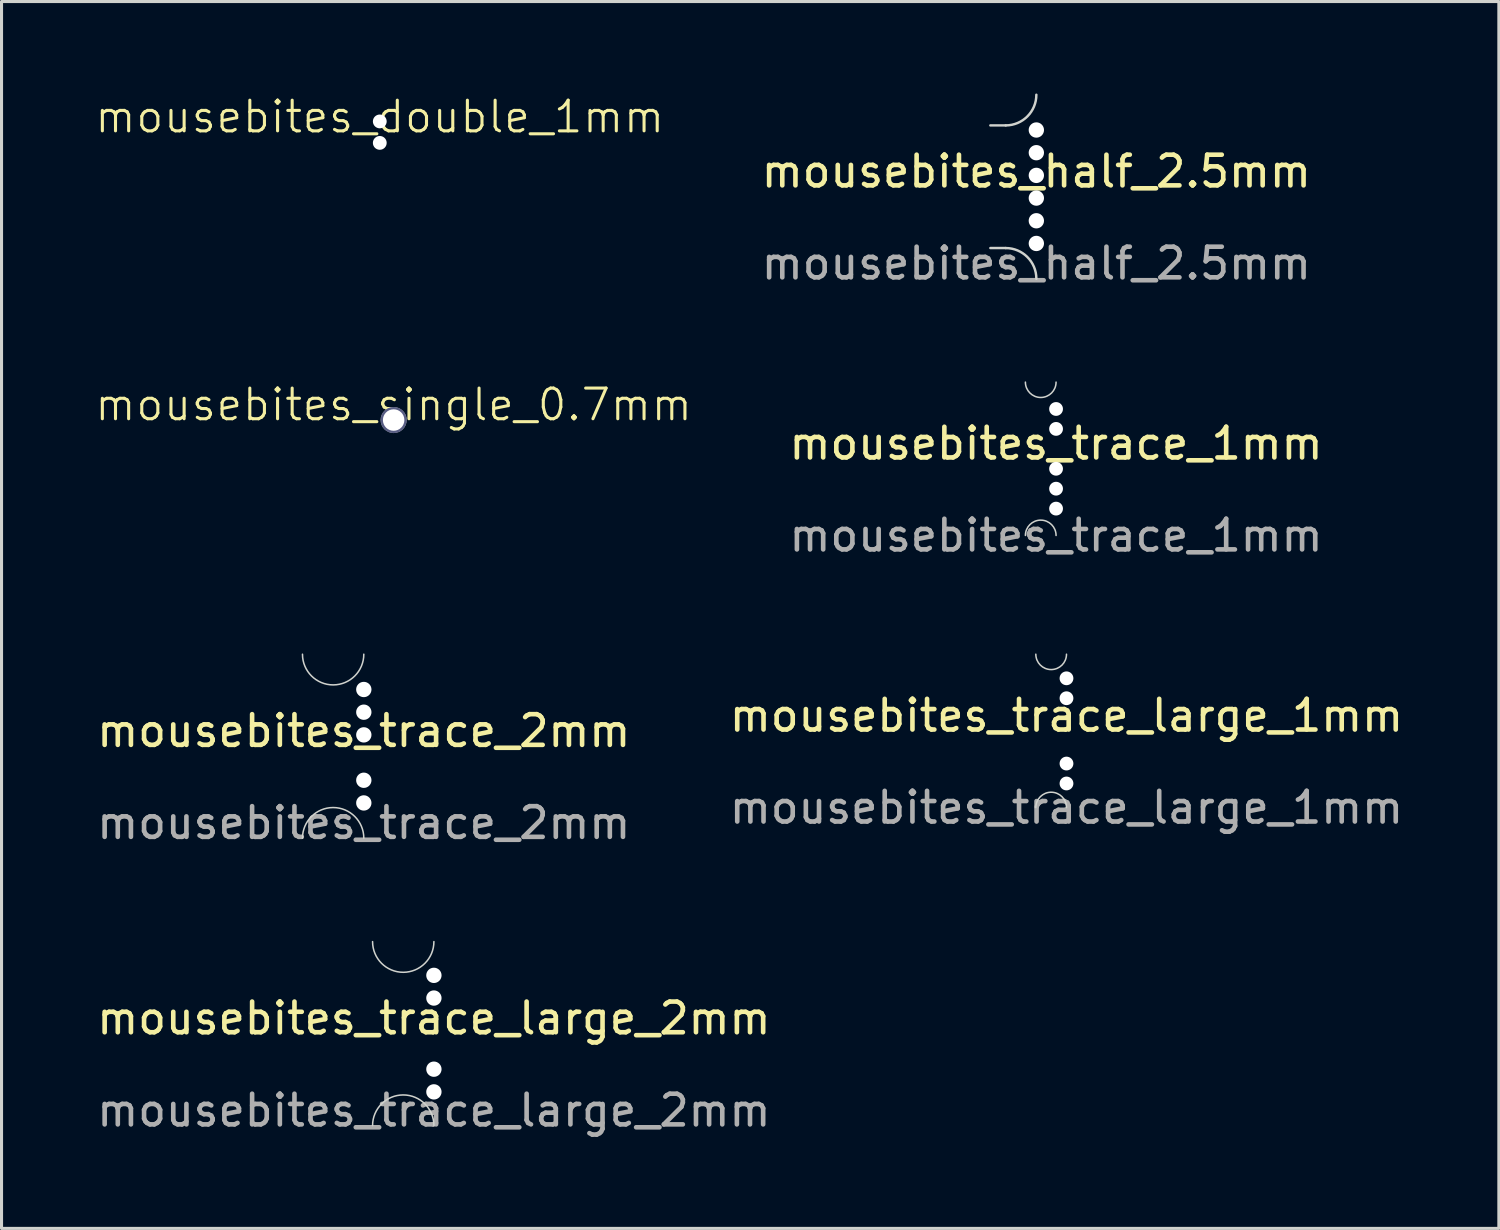
<source format=kicad_pcb>
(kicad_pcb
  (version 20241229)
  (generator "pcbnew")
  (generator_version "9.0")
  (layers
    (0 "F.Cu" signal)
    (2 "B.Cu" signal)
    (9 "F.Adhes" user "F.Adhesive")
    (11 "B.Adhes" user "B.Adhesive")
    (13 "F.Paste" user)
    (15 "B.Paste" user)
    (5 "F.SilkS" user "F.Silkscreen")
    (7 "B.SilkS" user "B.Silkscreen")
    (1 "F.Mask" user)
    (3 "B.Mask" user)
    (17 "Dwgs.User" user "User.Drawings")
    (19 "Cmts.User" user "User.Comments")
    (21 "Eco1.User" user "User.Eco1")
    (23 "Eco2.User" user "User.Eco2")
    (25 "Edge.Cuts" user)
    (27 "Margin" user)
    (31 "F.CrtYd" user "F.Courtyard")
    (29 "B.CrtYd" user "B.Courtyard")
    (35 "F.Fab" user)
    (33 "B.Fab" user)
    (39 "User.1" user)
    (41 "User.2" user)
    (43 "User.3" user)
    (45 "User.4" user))
  (footprint "mousebites_trace_1mm"
    (layer "F.Cu")
    (at 31.392 11.913)
    (property "Reference" "mousebites_trace_1mm" (at 0 -0.5 0) (unlocked yes) (layer "F.SilkS") (effects (font (size 1 1) (thickness 0.15))))
    (attr through_hole)
    (fp_arc (start -1 2.5) (mid -0.5 2) (end 0 2.5) (stroke (width 0.05) (type solid)) (layer "Edge.Cuts"))
    (fp_arc (start 0 -2.5) (mid -0.5 -2) (end -1 -2.5) (stroke (width 0.05) (type solid)) (layer "Edge.Cuts"))
    (fp_text user "${REFERENCE}" (at 0 2.5 0) (unlocked yes) (layer "F.Fab") (effects (font (size 1 1) (thickness 0.15))))
    (pad "" np_thru_hole circle (at 0 -1.625) (size 0.45 0.45) (drill 0.45) (layers "*.Cu" "*.Mask"))
    (pad "" np_thru_hole circle (at 0 -0.975) (size 0.45 0.45) (drill 0.45) (layers "*.Cu" "*.Mask"))
    (pad "" np_thru_hole circle (at 0 0.325) (size 0.45 0.45) (drill 0.45) (layers "*.Cu" "*.Mask"))
    (pad "" np_thru_hole circle (at 0 0.975) (size 0.45 0.45) (drill 0.45) (layers "*.Cu" "*.Mask"))
    (pad "" np_thru_hole circle (at 0 1.625) (size 0.45 0.45) (drill 0.45) (layers "*.Cu" "*.Mask")))
  (footprint "mousebites_trace_2mm"
    (layer "F.Cu")
    (at 8.815 21.287)
    (property "Reference" "mousebites_trace_2mm" (at 0 -0.5 0) (unlocked yes) (layer "F.SilkS") (effects (font (size 1 1) (thickness 0.15))))
    (attr through_hole exclude_from_pos_files exclude_from_bom)
    (fp_arc (start -2 3) (mid -1 2) (end 0 3) (stroke (width 0.05) (type solid)) (layer "Edge.Cuts"))
    (fp_arc (start 0 -3) (mid -1 -2) (end -2 -3) (stroke (width 0.05) (type solid)) (layer "Edge.Cuts"))
    (fp_text user "${REFERENCE}" (at 0 2.5 0) (unlocked yes) (layer "F.Fab") (effects (font (size 1 1) (thickness 0.15))))
    (pad "" np_thru_hole circle (at 0 -1.85) (size 0.5 0.5) (drill 0.5) (layers "*.Cu" "*.Mask"))
    (pad "" np_thru_hole circle (at 0 -1.11) (size 0.5 0.5) (drill 0.5) (layers "*.Cu" "*.Mask"))
    (pad "" np_thru_hole circle (at 0 -0.37) (size 0.5 0.5) (drill 0.5) (layers "*.Cu" "*.Mask"))
    (pad "" np_thru_hole circle (at 0 1.11) (size 0.5 0.5) (drill 0.5) (layers "*.Cu" "*.Mask"))
    (pad "" np_thru_hole circle (at 0 1.85) (size 0.5 0.5) (drill 0.5) (layers "*.Cu" "*.Mask")))
  (footprint "mousebites_double_1mm"
    (layer "F.Cu")
    (at 9.336 1.26)
    (property "Reference" "mousebites_double_1mm" (at 0 -0.5 0) (unlocked yes) (layer "F.SilkS") (effects (font (size 1 1) (thickness 0.1))))
    (attr smd)
    (pad "" np_thru_hole circle (at 0 -0.35) (size 0.45 0.45) (drill 0.45) (layers "*.Cu" "*.Mask"))
    (pad "" np_thru_hole circle (at 0 0.35) (size 0.45 0.45) (drill 0.45) (layers "*.Cu" "*.Mask")))
  (footprint "mousebites_half_2.5mm"
    (layer "F.Cu")
    (at 30.749 3.04)
    (property "Reference" "mousebites_half_2.5mm" (at 0 -0.5 0) (unlocked yes) (layer "F.SilkS") (effects (font (size 1 1) (thickness 0.15))))
    (attr smd)
    (fp_line (start -1.5 -2) (end -1 -2) (stroke (width 0.08) (type solid)) (layer "Edge.Cuts"))
    (fp_line (start -1 2) (end -1.5 2) (stroke (width 0.08) (type solid)) (layer "Edge.Cuts"))
    (fp_arc (start -1.000003 1.999997) (mid -0.292894 2.292888) (end -0.000006 2.999994) (stroke (width 0.08) (type solid)) (layer "Edge.Cuts"))
    (fp_arc (start -0.000003 -3.000003) (mid -0.292894 -2.292896) (end -1 -2.000006) (stroke (width 0.08) (type solid)) (layer "Edge.Cuts"))
    (fp_text user "${REFERENCE}" (at 0 2.5 0) (unlocked yes) (layer "F.Fab") (effects (font (size 1 1) (thickness 0.15))))
    (pad "" np_thru_hole circle (at -0.000003 -1.85) (size 0.5 0.5) (drill 0.5) (layers "*.Cu" "*.Mask"))
    (pad "" np_thru_hole circle (at -0.000003 -1.11) (size 0.5 0.5) (drill 0.5) (layers "*.Cu" "*.Mask"))
    (pad "" np_thru_hole circle (at -0.000003 -0.37) (size 0.5 0.5) (drill 0.5) (layers "*.Cu" "*.Mask"))
    (pad "" np_thru_hole circle (at -0.000003 0.37) (size 0.5 0.5) (drill 0.5) (layers "*.Cu" "*.Mask"))
    (pad "" np_thru_hole circle (at -0.000003 1.11) (size 0.5 0.5) (drill 0.5) (layers "*.Cu" "*.Mask"))
    (pad "" np_thru_hole circle (at -0.000003 1.85) (size 0.5 0.5) (drill 0.5) (layers "*.Cu" "*.Mask")))
  (footprint "mousebites_trace_large_2mm"
    (layer "F.Cu")
    (at 11.101 30.66)
    (property "Reference" "mousebites_trace_large_2mm" (at 0 -0.5 0) (unlocked yes) (layer "F.SilkS") (effects (font (size 1 1) (thickness 0.15))))
    (attr through_hole board_only exclude_from_pos_files exclude_from_bom)
    (fp_arc (start -2 3) (mid -1 2) (end 0 3) (stroke (width 0.05) (type solid)) (layer "Edge.Cuts"))
    (fp_arc (start 0 -3) (mid -1 -2) (end -2 -3) (stroke (width 0.05) (type solid)) (layer "Edge.Cuts"))
    (fp_text user "${REFERENCE}" (at 0 2.505 0) (unlocked yes) (layer "F.Fab") (effects (font (size 1 1) (thickness 0.15))))
    (pad "" np_thru_hole circle (at 0 -1.9) (size 0.5 0.5) (drill 0.5) (layers "*.Cu" "*.Mask"))
    (pad "" np_thru_hole circle (at 0 -1.16) (size 0.5 0.5) (drill 0.5) (layers "*.Cu" "*.Mask"))
    (pad "" np_thru_hole circle (at 0 1.16) (size 0.5 0.5) (drill 0.5) (layers "*.Cu" "*.Mask"))
    (pad "" np_thru_hole circle (at 0 1.9) (size 0.5 0.5) (drill 0.5) (layers "*.Cu" "*.Mask")))
  (footprint "mousebites_single_0.7mm"
    (layer "F.Cu")
    (at 9.788 10.649)
    (property "Reference" "mousebites_single_0.7mm" (at 0 -0.5 0) (unlocked yes) (layer "F.SilkS") (effects (font (size 1 1) (thickness 0.1))))
    (attr through_hole board_only exclude_from_pos_files exclude_from_bom)
    (fp_circle (center 0 0) (end 0.35 0) (stroke (width 0.15) (type default)) (fill no) (layer "B.Fab"))
    (fp_circle (center 0 0) (end 0.35 0) (stroke (width 0.15) (type default)) (fill no) (layer "F.Fab"))
    (pad "" np_thru_hole circle (at 0 0) (size 0.7 0.7) (drill 0.7) (layers "*.Cu" "*.Mask")))
  (footprint "mousebites_trace_large_1mm"
    (layer "F.Cu")
    (at 31.732 20.787)
    (property "Reference" "mousebites_trace_large_1mm" (at 0 -0.5 0) (unlocked yes) (layer "F.SilkS") (effects (font (size 1 1) (thickness 0.15))))
    (attr through_hole board_only exclude_from_pos_files exclude_from_bom)
    (fp_arc (start -1 2.5) (mid -0.5 2) (end 0 2.5) (stroke (width 0.05) (type solid)) (layer "Edge.Cuts"))
    (fp_arc (start 0 -2.5) (mid -0.5 -2) (end -1 -2.5) (stroke (width 0.05) (type solid)) (layer "Edge.Cuts"))
    (fp_text user "${REFERENCE}" (at 0 2.5 0) (unlocked yes) (layer "F.Fab") (effects (font (size 1 1) (thickness 0.15))))
    (pad "" np_thru_hole circle (at 0 -1.715) (size 0.45 0.45) (drill 0.45) (layers "*.Cu" "*.Mask"))
    (pad "" np_thru_hole circle (at 0 -1.065) (size 0.45 0.45) (drill 0.45) (layers "*.Cu" "*.Mask"))
    (pad "" np_thru_hole circle (at 0 1.065) (size 0.45 0.45) (drill 0.45) (layers "*.Cu" "*.Mask"))
    (pad "" np_thru_hole circle (at 0 1.715) (size 0.45 0.45) (drill 0.45) (layers "*.Cu" "*.Mask")))
  (gr_rect
    (start -3 -3)
    (end 45.833 37.013)
    (stroke (width 0.1) (type default))
    (fill no)
    (layer "Edge.Cuts")))
</source>
